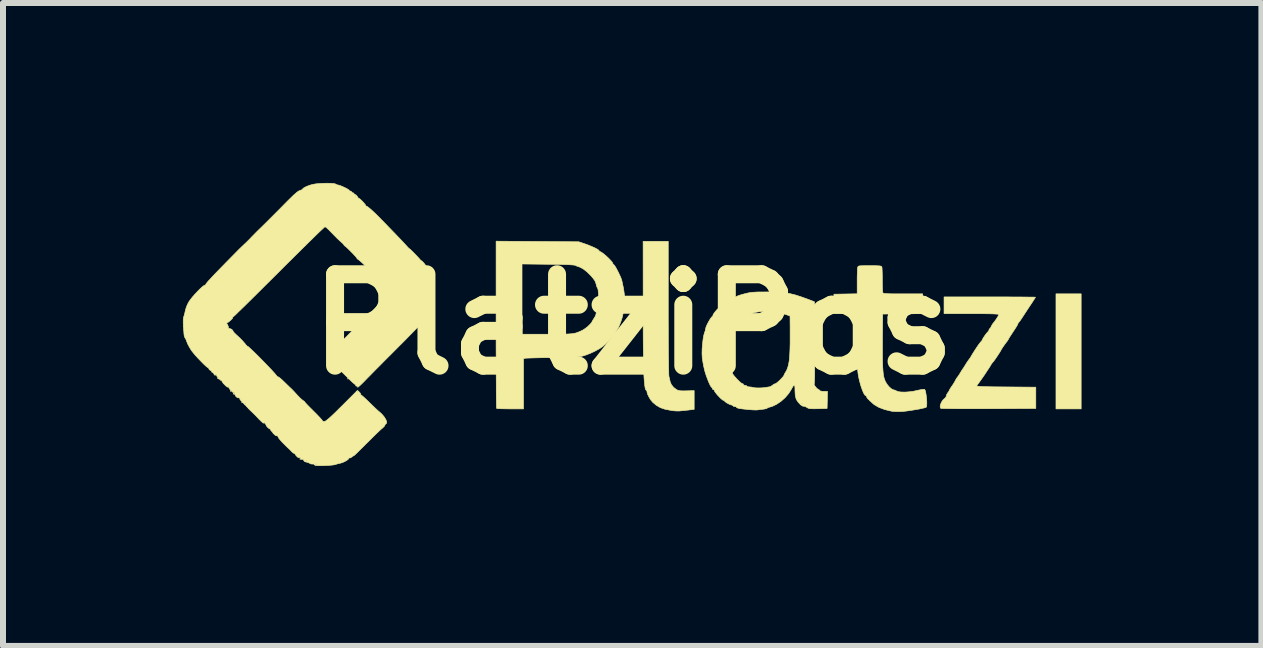
<source format=kicad_pcb>
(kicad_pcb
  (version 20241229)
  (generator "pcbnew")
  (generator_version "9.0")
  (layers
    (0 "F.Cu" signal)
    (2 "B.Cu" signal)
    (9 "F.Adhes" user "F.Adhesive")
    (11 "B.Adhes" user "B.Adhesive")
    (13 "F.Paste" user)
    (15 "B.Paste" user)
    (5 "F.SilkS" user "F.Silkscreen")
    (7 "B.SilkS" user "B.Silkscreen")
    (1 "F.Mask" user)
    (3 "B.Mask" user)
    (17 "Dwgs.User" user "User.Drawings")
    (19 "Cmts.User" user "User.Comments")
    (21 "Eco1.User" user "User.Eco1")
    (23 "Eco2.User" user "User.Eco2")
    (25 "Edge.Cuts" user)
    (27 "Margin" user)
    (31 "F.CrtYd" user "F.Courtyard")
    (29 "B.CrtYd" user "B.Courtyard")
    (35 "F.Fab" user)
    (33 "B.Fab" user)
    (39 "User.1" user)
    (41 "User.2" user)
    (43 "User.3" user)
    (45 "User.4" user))
  (footprint "PlatziPos"
    (layer "F.Cu")
    (at 7.507 2.357)
    (property "Reference" "PlatziPos" (at 0 0 0) (layer "F.SilkS") (effects (font (size 1.524 1.524) (thickness 0.3))))
    (attr through_hole)
    (fp_poly (pts (xy -6.706 1.111) (xy -6.712 1.118) (xy -6.718 1.111) (xy -6.712 1.105) (xy -6.706 1.111)) (stroke (width 0.01) (type solid)) (fill yes) (layer "F.SilkS"))
    (fp_poly (pts (xy -6.515 1.302) (xy -6.521 1.308) (xy -6.528 1.302) (xy -6.521 1.295) (xy -6.515 1.302)) (stroke (width 0.01) (type solid)) (fill yes) (layer "F.SilkS"))
    (fp_poly (pts (xy -4.75 0.908) (xy -4.756 0.914) (xy -4.763 0.908) (xy -4.756 0.902) (xy -4.75 0.908)) (stroke (width 0.01) (type solid)) (fill yes) (layer "F.SilkS"))
    (fp_poly (pts (xy 7.468 1.41) (xy 7.048 1.41) (xy 7.048 -0.508) (xy 7.468 -0.508) (xy 7.468 1.41)) (stroke (width 0.01) (type solid)) (fill yes) (layer "F.SilkS"))
    (fp_poly (pts (xy -6.655 1.149) (xy -6.643 1.161) (xy -6.642 1.163) (xy -6.652 1.168) (xy -6.655 1.168) (xy -6.667 1.159) (xy -6.668 1.155) (xy -6.66 1.147) (xy -6.655 1.149)) (stroke (width 0.01) (type solid)) (fill yes) (layer "F.SilkS"))
    (fp_poly (pts (xy 0.584 -0.275) (xy 0.584 -0.095) (xy 0.585 0.075) (xy 0.585 0.232) (xy 0.586 0.377) (xy 0.587 0.505) (xy 0.589 0.617) (xy 0.59 0.711) (xy 0.592 0.785) (xy 0.593 0.837) (xy 0.595 0.866) (xy 0.596 0.871) (xy 0.606 0.911) (xy 0.615 0.954) (xy 0.615 0.954) (xy 0.635 1.004) (xy 0.673 1.051) (xy 0.724 1.09) (xy 0.73 1.093) (xy 0.758 1.103) (xy 0.795 1.109) (xy 0.849 1.11) (xy 0.892 1.109) (xy 1.016 1.105) (xy 1.016 1.418) (xy 0.886 1.433) (xy 0.818 1.44) (xy 0.768 1.445) (xy 0.728 1.445) (xy 0.69 1.443) (xy 0.647 1.438) (xy 0.629 1.435) (xy 0.531 1.416) (xy 0.452 1.389) (xy 0.386 1.351) (xy 0.325 1.3) (xy 0.324 1.298) (xy 0.291 1.259) (xy 0.262 1.211) (xy 0.239 1.164) (xy 0.229 1.124) (xy 0.229 1.119) (xy 0.224 1.1) (xy 0.217 1.098) (xy 0.208 1.091) (xy 0.2 1.067) (xy 0.198 1.057) (xy 0.192 1.019) (xy 0.188 0.976) (xy 0.183 0.926) (xy 0.179 0.867) (xy 0.176 0.797) (xy 0.174 0.716) (xy 0.171 0.621) (xy 0.17 0.51) (xy 0.168 0.382) (xy 0.167 0.236) (xy 0.166 0.069) (xy 0.166 -0.12) (xy 0.166 -0.314) (xy 0.165 -1.384) (xy 0.584 -1.384) (xy 0.584 -0.275)) (stroke (width 0.01) (type solid)) (fill yes) (layer "F.SilkS"))
    (fp_poly (pts (xy 4.019 -0.978) (xy 4.073 -0.976) (xy 4.109 -0.974) (xy 4.131 -0.969) (xy 4.142 -0.963) (xy 4.145 -0.958) (xy 4.148 -0.939) (xy 4.15 -0.899) (xy 4.152 -0.844) (xy 4.153 -0.778) (xy 4.153 -0.743) (xy 4.153 -0.674) (xy 4.155 -0.613) (xy 4.157 -0.565) (xy 4.159 -0.535) (xy 4.161 -0.528) (xy 4.166 -0.522) (xy 4.177 -0.517) (xy 4.198 -0.514) (xy 4.23 -0.511) (xy 4.278 -0.509) (xy 4.344 -0.508) (xy 4.431 -0.508) (xy 4.497 -0.508) (xy 4.826 -0.508) (xy 4.826 -0.178) (xy 4.159 -0.171) (xy 4.155 0.273) (xy 4.155 0.416) (xy 4.155 0.537) (xy 4.157 0.637) (xy 4.16 0.72) (xy 4.165 0.787) (xy 4.171 0.842) (xy 4.18 0.887) (xy 4.192 0.924) (xy 4.205 0.956) (xy 4.207 0.959) (xy 4.233 1.001) (xy 4.266 1.041) (xy 4.301 1.073) (xy 4.331 1.09) (xy 4.341 1.092) (xy 4.369 1.1) (xy 4.389 1.111) (xy 4.42 1.123) (xy 4.47 1.129) (xy 4.533 1.13) (xy 4.604 1.125) (xy 4.677 1.115) (xy 4.731 1.103) (xy 4.782 1.092) (xy 4.824 1.085) (xy 4.851 1.083) (xy 4.856 1.084) (xy 4.867 1.099) (xy 4.876 1.134) (xy 4.884 1.181) (xy 4.89 1.235) (xy 4.894 1.288) (xy 4.894 1.335) (xy 4.891 1.369) (xy 4.885 1.382) (xy 4.864 1.39) (xy 4.824 1.4) (xy 4.769 1.412) (xy 4.705 1.423) (xy 4.637 1.434) (xy 4.57 1.444) (xy 4.51 1.451) (xy 4.464 1.454) (xy 4.407 1.455) (xy 4.351 1.453) (xy 4.308 1.449) (xy 4.305 1.448) (xy 4.192 1.421) (xy 4.096 1.385) (xy 4.022 1.342) (xy 4.004 1.328) (xy 3.95 1.279) (xy 3.914 1.244) (xy 3.895 1.221) (xy 3.892 1.207) (xy 3.892 1.207) (xy 3.89 1.195) (xy 3.882 1.194) (xy 3.864 1.182) (xy 3.842 1.148) (xy 3.82 1.096) (xy 3.796 1.028) (xy 3.774 0.948) (xy 3.774 0.946) (xy 3.763 0.902) (xy 3.755 0.86) (xy 3.748 0.818) (xy 3.743 0.771) (xy 3.739 0.716) (xy 3.737 0.651) (xy 3.735 0.571) (xy 3.734 0.475) (xy 3.734 0.357) (xy 3.734 0.291) (xy 3.734 -0.177) (xy 3.54 -0.181) (xy 3.346 -0.184) (xy 3.346 -0.502) (xy 3.734 -0.509) (xy 3.734 -0.715) (xy 3.734 -0.787) (xy 3.736 -0.851) (xy 3.738 -0.904) (xy 3.74 -0.939) (xy 3.742 -0.949) (xy 3.746 -0.96) (xy 3.753 -0.968) (xy 3.767 -0.973) (xy 3.793 -0.976) (xy 3.834 -0.977) (xy 3.893 -0.978) (xy 3.943 -0.978) (xy 4.019 -0.978)) (stroke (width 0.01) (type solid)) (fill yes) (layer "F.SilkS"))
    (fp_poly (pts (xy -1.597 -1.381) (xy -0.908 -1.376) (xy -0.813 -1.344) (xy -0.749 -1.321) (xy -0.689 -1.296) (xy -0.637 -1.273) (xy -0.598 -1.252) (xy -0.575 -1.236) (xy -0.572 -1.23) (xy -0.561 -1.217) (xy -0.541 -1.207) (xy -0.517 -1.193) (xy -0.483 -1.166) (xy -0.444 -1.133) (xy -0.406 -1.097) (xy -0.373 -1.062) (xy -0.35 -1.035) (xy -0.343 -1.02) (xy -0.333 -1) (xy -0.326 -0.996) (xy -0.312 -0.982) (xy -0.291 -0.949) (xy -0.267 -0.905) (xy -0.242 -0.855) (xy -0.218 -0.805) (xy -0.199 -0.759) (xy -0.189 -0.727) (xy -0.161 -0.594) (xy -0.145 -0.479) (xy -0.141 -0.379) (xy -0.149 -0.289) (xy -0.153 -0.267) (xy -0.162 -0.218) (xy -0.173 -0.163) (xy -0.176 -0.144) (xy -0.189 -0.096) (xy -0.209 -0.037) (xy -0.233 0.022) (xy -0.256 0.071) (xy -0.267 0.089) (xy -0.282 0.115) (xy -0.295 0.14) (xy -0.32 0.178) (xy -0.361 0.227) (xy -0.411 0.281) (xy -0.467 0.334) (xy -0.503 0.365) (xy -0.553 0.4) (xy -0.62 0.438) (xy -0.696 0.475) (xy -0.775 0.507) (xy -0.826 0.524) (xy -0.85 0.531) (xy -0.876 0.537) (xy -0.907 0.541) (xy -0.945 0.545) (xy -0.993 0.548) (xy -1.055 0.55) (xy -1.133 0.552) (xy -1.232 0.553) (xy -1.34 0.554) (xy -1.443 0.556) (xy -1.539 0.557) (xy -1.625 0.559) (xy -1.698 0.561) (xy -1.753 0.563) (xy -1.789 0.564) (xy -1.8 0.566) (xy -1.829 0.572) (xy -1.829 1.41) (xy -2.049 1.41) (xy -2.121 1.409) (xy -2.185 1.408) (xy -2.235 1.406) (xy -2.267 1.404) (xy -2.278 1.401) (xy -2.279 1.388) (xy -2.28 1.35) (xy -2.281 1.291) (xy -2.282 1.211) (xy -2.283 1.112) (xy -2.283 0.996) (xy -2.284 0.865) (xy -2.285 0.719) (xy -2.285 0.561) (xy -2.286 0.393) (xy -2.286 0.215) (xy -2.286 0.165) (xy -1.854 0.165) (xy -1.438 0.165) (xy -1.322 0.165) (xy -1.228 0.164) (xy -1.154 0.163) (xy -1.096 0.162) (xy -1.05 0.159) (xy -1.015 0.156) (xy -0.987 0.151) (xy -0.962 0.146) (xy -0.945 0.141) (xy -0.892 0.121) (xy -0.839 0.095) (xy -0.812 0.078) (xy -0.776 0.052) (xy -0.74 0.02) (xy -0.71 -0.011) (xy -0.69 -0.035) (xy -0.686 -0.045) (xy -0.679 -0.059) (xy -0.663 -0.086) (xy -0.654 -0.099) (xy -0.634 -0.132) (xy -0.623 -0.159) (xy -0.622 -0.165) (xy -0.616 -0.189) (xy -0.601 -0.22) (xy -0.6 -0.222) (xy -0.59 -0.244) (xy -0.584 -0.273) (xy -0.58 -0.315) (xy -0.578 -0.374) (xy -0.578 -0.42) (xy -0.579 -0.496) (xy -0.583 -0.552) (xy -0.588 -0.588) (xy -0.592 -0.598) (xy -0.605 -0.622) (xy -0.616 -0.657) (xy -0.616 -0.66) (xy -0.626 -0.696) (xy -0.64 -0.727) (xy -0.663 -0.76) (xy -0.699 -0.803) (xy -0.711 -0.816) (xy -0.77 -0.874) (xy -0.83 -0.921) (xy -0.884 -0.951) (xy -0.909 -0.96) (xy -0.942 -0.971) (xy -0.964 -0.983) (xy -0.982 -0.987) (xy -1.023 -0.991) (xy -1.089 -0.995) (xy -1.178 -0.997) (xy -1.293 -1) (xy -1.418 -1.001) (xy -1.854 -1.006) (xy -1.854 0.165) (xy -2.286 0.165) (xy -2.286 0.031) (xy -2.286 0.004) (xy -2.286 -1.386) (xy -1.597 -1.381)) (stroke (width 0.01) (type solid)) (fill yes) (layer "F.SilkS"))
    (fp_poly (pts (xy 6.08 -0.457) (xy 6.209 -0.457) (xy 6.327 -0.456) (xy 6.434 -0.456) (xy 6.526 -0.455) (xy 6.601 -0.454) (xy 6.658 -0.454) (xy 6.693 -0.453) (xy 6.706 -0.452) (xy 6.706 -0.452) (xy 6.699 -0.439) (xy 6.681 -0.411) (xy 6.655 -0.37) (xy 6.627 -0.328) (xy 6.587 -0.268) (xy 6.545 -0.204) (xy 6.507 -0.146) (xy 6.491 -0.121) (xy 6.463 -0.079) (xy 6.44 -0.047) (xy 6.425 -0.029) (xy 6.423 -0.028) (xy 6.414 -0.013) (xy 6.413 -0.009) (xy 6.407 0.007) (xy 6.389 0.038) (xy 6.363 0.079) (xy 6.353 0.094) (xy 6.315 0.152) (xy 6.289 0.192) (xy 6.271 0.219) (xy 6.26 0.239) (xy 6.253 0.254) (xy 6.252 0.254) (xy 6.241 0.274) (xy 6.236 0.279) (xy 6.225 0.293) (xy 6.205 0.32) (xy 6.181 0.353) (xy 6.158 0.386) (xy 6.141 0.413) (xy 6.134 0.425) (xy 6.127 0.439) (xy 6.11 0.468) (xy 6.085 0.506) (xy 6.058 0.547) (xy 6.031 0.586) (xy 6.009 0.616) (xy 5.998 0.629) (xy 5.976 0.655) (xy 5.965 0.673) (xy 5.952 0.696) (xy 5.927 0.735) (xy 5.895 0.783) (xy 5.86 0.837) (xy 5.823 0.89) (xy 5.791 0.936) (xy 5.765 0.972) (xy 5.757 0.982) (xy 5.737 1.009) (xy 5.728 1.028) (xy 5.728 1.03) (xy 5.74 1.032) (xy 5.775 1.035) (xy 5.832 1.038) (xy 5.907 1.04) (xy 5.998 1.042) (xy 6.104 1.043) (xy 6.22 1.044) (xy 6.712 1.048) (xy 6.712 1.403) (xy 5.924 1.407) (xy 5.784 1.407) (xy 5.653 1.407) (xy 5.531 1.407) (xy 5.421 1.407) (xy 5.325 1.406) (xy 5.246 1.405) (xy 5.185 1.404) (xy 5.144 1.403) (xy 5.127 1.402) (xy 5.127 1.401) (xy 5.117 1.376) (xy 5.122 1.339) (xy 5.139 1.299) (xy 5.163 1.262) (xy 5.188 1.239) (xy 5.211 1.217) (xy 5.22 1.195) (xy 5.227 1.169) (xy 5.245 1.14) (xy 5.263 1.115) (xy 5.27 1.099) (xy 5.271 1.099) (xy 5.277 1.084) (xy 5.294 1.058) (xy 5.299 1.05) (xy 5.335 0.998) (xy 5.361 0.955) (xy 5.375 0.927) (xy 5.393 0.897) (xy 5.407 0.879) (xy 5.422 0.858) (xy 5.444 0.825) (xy 5.457 0.802) (xy 5.478 0.768) (xy 5.494 0.744) (xy 5.499 0.737) (xy 5.509 0.723) (xy 5.527 0.694) (xy 5.541 0.671) (xy 5.564 0.634) (xy 5.584 0.605) (xy 5.592 0.594) (xy 5.608 0.574) (xy 5.63 0.54) (xy 5.641 0.52) (xy 5.666 0.479) (xy 5.696 0.431) (xy 5.728 0.383) (xy 5.758 0.339) (xy 5.784 0.305) (xy 5.801 0.285) (xy 5.805 0.282) (xy 5.816 0.267) (xy 5.817 0.265) (xy 5.824 0.247) (xy 5.842 0.217) (xy 5.866 0.182) (xy 5.89 0.15) (xy 5.91 0.127) (xy 5.915 0.123) (xy 5.93 0.103) (xy 5.931 0.095) (xy 5.936 0.078) (xy 5.94 0.076) (xy 5.952 0.066) (xy 5.966 0.041) (xy 5.967 0.038) (xy 5.984 0.006) (xy 5.999 -0.016) (xy 6.019 -0.04) (xy 6.043 -0.073) (xy 6.067 -0.109) (xy 6.086 -0.141) (xy 6.096 -0.162) (xy 6.096 -0.164) (xy 6.086 -0.168) (xy 6.054 -0.171) (xy 6.001 -0.174) (xy 5.924 -0.176) (xy 5.825 -0.177) (xy 5.701 -0.178) (xy 5.639 -0.178) (xy 5.182 -0.178) (xy 5.182 -0.457) (xy 5.944 -0.457) (xy 6.08 -0.457)) (stroke (width 0.01) (type solid)) (fill yes) (layer "F.SilkS"))
    (fp_poly (pts (xy 2.35 -0.538) (xy 2.449 -0.534) (xy 2.537 -0.525) (xy 2.62 -0.51) (xy 2.705 -0.489) (xy 2.798 -0.459) (xy 2.904 -0.421) (xy 2.962 -0.399) (xy 3.022 -0.376) (xy 3.026 0.304) (xy 3.026 0.444) (xy 3.026 0.573) (xy 3.026 0.687) (xy 3.025 0.787) (xy 3.024 0.869) (xy 3.022 0.932) (xy 3.02 0.973) (xy 3.018 0.992) (xy 3.017 0.993) (xy 3.017 1.006) (xy 3.03 1.03) (xy 3.051 1.056) (xy 3.074 1.078) (xy 3.089 1.086) (xy 3.108 1.098) (xy 3.111 1.106) (xy 3.123 1.112) (xy 3.152 1.117) (xy 3.175 1.118) (xy 3.239 1.118) (xy 3.236 1.26) (xy 3.232 1.403) (xy 3.08 1.407) (xy 3.014 1.408) (xy 2.968 1.407) (xy 2.937 1.404) (xy 2.916 1.398) (xy 2.898 1.388) (xy 2.894 1.385) (xy 2.865 1.369) (xy 2.842 1.366) (xy 2.84 1.366) (xy 2.82 1.362) (xy 2.791 1.342) (xy 2.777 1.327) (xy 2.807 1.327) (xy 2.813 1.333) (xy 2.819 1.327) (xy 2.813 1.321) (xy 2.807 1.327) (xy 2.777 1.327) (xy 2.76 1.31) (xy 2.732 1.273) (xy 2.716 1.244) (xy 2.702 1.19) (xy 2.697 1.113) (xy 2.697 1.102) (xy 2.696 1.048) (xy 2.691 1.019) (xy 2.68 1.015) (xy 2.663 1.035) (xy 2.638 1.079) (xy 2.634 1.087) (xy 2.59 1.156) (xy 2.531 1.224) (xy 2.462 1.285) (xy 2.389 1.334) (xy 2.318 1.368) (xy 2.28 1.379) (xy 2.251 1.387) (xy 2.236 1.395) (xy 2.235 1.397) (xy 2.224 1.404) (xy 2.194 1.411) (xy 2.162 1.416) (xy 2.117 1.421) (xy 2.08 1.426) (xy 2.064 1.428) (xy 2.04 1.428) (xy 1.998 1.427) (xy 1.947 1.423) (xy 1.93 1.422) (xy 1.843 1.413) (xy 1.779 1.405) (xy 1.738 1.395) (xy 1.722 1.386) (xy 1.722 1.383) (xy 1.716 1.375) (xy 1.696 1.372) (xy 1.672 1.367) (xy 1.664 1.359) (xy 1.653 1.348) (xy 1.643 1.346) (xy 1.62 1.34) (xy 1.589 1.326) (xy 1.557 1.308) (xy 1.532 1.291) (xy 1.524 1.28) (xy 1.514 1.271) (xy 1.506 1.27) (xy 1.49 1.261) (xy 1.463 1.239) (xy 1.432 1.208) (xy 1.4 1.174) (xy 1.374 1.141) (xy 1.356 1.116) (xy 1.353 1.104) (xy 1.35 1.094) (xy 1.341 1.092) (xy 1.323 1.082) (xy 1.321 1.073) (xy 1.315 1.056) (xy 1.311 1.054) (xy 1.299 1.043) (xy 1.281 1.012) (xy 1.26 0.967) (xy 1.238 0.912) (xy 1.216 0.852) (xy 1.197 0.792) (xy 1.189 0.762) (xy 1.174 0.696) (xy 1.161 0.625) (xy 1.151 0.561) (xy 1.15 0.545) (xy 1.147 0.484) (xy 1.149 0.412) (xy 1.149 0.411) (xy 1.552 0.411) (xy 1.554 0.462) (xy 1.561 0.524) (xy 1.573 0.591) (xy 1.59 0.657) (xy 1.609 0.715) (xy 1.628 0.756) (xy 1.644 0.786) (xy 1.651 0.809) (xy 1.651 0.81) (xy 1.66 0.83) (xy 1.686 0.864) (xy 1.726 0.909) (xy 1.777 0.96) (xy 1.803 0.981) (xy 1.824 0.991) (xy 1.825 0.991) (xy 1.837 0.997) (xy 1.835 1.003) (xy 1.84 1.013) (xy 1.86 1.016) (xy 1.884 1.02) (xy 1.892 1.029) (xy 1.903 1.038) (xy 1.931 1.043) (xy 1.934 1.043) (xy 1.974 1.047) (xy 2.007 1.055) (xy 2.036 1.059) (xy 2.081 1.061) (xy 2.134 1.06) (xy 2.185 1.056) (xy 2.226 1.05) (xy 2.229 1.049) (xy 2.26 1.044) (xy 2.274 1.042) (xy 2.297 1.033) (xy 2.321 1.016) (xy 2.348 0.997) (xy 2.368 0.991) (xy 2.385 0.982) (xy 2.413 0.96) (xy 2.446 0.93) (xy 2.477 0.897) (xy 2.502 0.869) (xy 2.514 0.849) (xy 2.515 0.847) (xy 2.521 0.829) (xy 2.537 0.803) (xy 2.537 0.802) (xy 2.559 0.765) (xy 2.576 0.721) (xy 2.59 0.669) (xy 2.601 0.606) (xy 2.608 0.528) (xy 2.613 0.433) (xy 2.616 0.318) (xy 2.616 0.195) (xy 2.616 0.105) (xy 2.616 0.025) (xy 2.615 -0.043) (xy 2.615 -0.095) (xy 2.614 -0.128) (xy 2.613 -0.14) (xy 2.6 -0.144) (xy 2.571 -0.154) (xy 2.54 -0.165) (xy 2.484 -0.181) (xy 2.41 -0.195) (xy 2.327 -0.205) (xy 2.242 -0.212) (xy 2.164 -0.214) (xy 2.119 -0.212) (xy 2.064 -0.204) (xy 1.999 -0.19) (xy 1.938 -0.172) (xy 1.935 -0.171) (xy 1.885 -0.153) (xy 1.848 -0.135) (xy 1.815 -0.112) (xy 1.779 -0.078) (xy 1.751 -0.049) (xy 1.711 -0.005) (xy 1.675 0.039) (xy 1.65 0.075) (xy 1.643 0.086) (xy 1.626 0.117) (xy 1.613 0.137) (xy 1.611 0.14) (xy 1.605 0.154) (xy 1.598 0.188) (xy 1.59 0.233) (xy 1.588 0.246) (xy 1.579 0.298) (xy 1.569 0.344) (xy 1.56 0.374) (xy 1.559 0.377) (xy 1.552 0.411) (xy 1.149 0.411) (xy 1.155 0.335) (xy 1.163 0.261) (xy 1.173 0.197) (xy 1.185 0.15) (xy 1.188 0.142) (xy 1.201 0.105) (xy 1.207 0.074) (xy 1.207 0.071) (xy 1.213 0.048) (xy 1.228 0.012) (xy 1.249 -0.029) (xy 1.272 -0.07) (xy 1.294 -0.104) (xy 1.312 -0.126) (xy 1.32 -0.13) (xy 1.328 -0.136) (xy 1.327 -0.143) (xy 1.331 -0.159) (xy 1.348 -0.186) (xy 1.372 -0.217) (xy 1.397 -0.246) (xy 1.42 -0.267) (xy 1.434 -0.274) (xy 1.435 -0.273) (xy 1.447 -0.279) (xy 1.459 -0.296) (xy 1.478 -0.316) (xy 1.511 -0.343) (xy 1.55 -0.368) (xy 1.587 -0.392) (xy 1.615 -0.411) (xy 1.625 -0.421) (xy 1.625 -0.421) (xy 1.636 -0.43) (xy 1.663 -0.438) (xy 1.664 -0.438) (xy 1.696 -0.449) (xy 1.718 -0.462) (xy 1.736 -0.471) (xy 1.773 -0.485) (xy 1.823 -0.5) (xy 1.854 -0.508) (xy 1.898 -0.519) (xy 1.937 -0.527) (xy 1.977 -0.533) (xy 2.023 -0.536) (xy 2.08 -0.539) (xy 2.152 -0.539) (xy 2.235 -0.54) (xy 2.35 -0.538)) (stroke (width 0.01) (type solid)) (fill yes) (layer "F.SilkS"))
    (fp_poly (pts (xy -5.053 -2.351) (xy -5.005 -2.348) (xy -4.972 -2.343) (xy -4.962 -2.338) (xy -4.937 -2.326) (xy -4.927 -2.324) (xy -4.904 -2.319) (xy -4.868 -2.306) (xy -4.827 -2.288) (xy -4.787 -2.269) (xy -4.755 -2.251) (xy -4.738 -2.238) (xy -4.737 -2.235) (xy -4.727 -2.224) (xy -4.718 -2.223) (xy -4.696 -2.212) (xy -4.691 -2.204) (xy -4.679 -2.191) (xy -4.672 -2.192) (xy -4.662 -2.19) (xy -4.661 -2.186) (xy -4.65 -2.172) (xy -4.638 -2.166) (xy -4.614 -2.15) (xy -4.597 -2.127) (xy -4.584 -2.106) (xy -4.576 -2.1) (xy -4.564 -2.096) (xy -4.542 -2.077) (xy -4.515 -2.051) (xy -4.488 -2.022) (xy -4.471 -2.001) (xy -4.477 -2.007) (xy -4.483 -2) (xy -4.477 -1.994) (xy -4.471 -2) (xy -4.467 -1.996) (xy -4.458 -1.98) (xy -4.458 -1.979) (xy -4.454 -1.97) (xy -4.451 -1.971) (xy -4.438 -1.967) (xy -4.412 -1.947) (xy -4.374 -1.916) (xy -4.33 -1.876) (xy -4.283 -1.831) (xy -4.274 -1.822) (xy -4.202 -1.749) (xy -4.128 -1.674) (xy -4.055 -1.598) (xy -3.985 -1.526) (xy -3.921 -1.459) (xy -3.866 -1.402) (xy -3.823 -1.356) (xy -3.794 -1.325) (xy -3.793 -1.324) (xy -3.764 -1.291) (xy -3.743 -1.269) (xy -3.734 -1.261) (xy -3.734 -1.262) (xy -3.726 -1.257) (xy -3.705 -1.238) (xy -3.675 -1.209) (xy -3.642 -1.175) (xy -3.608 -1.14) (xy -3.579 -1.109) (xy -3.572 -1.101) (xy -3.549 -1.074) (xy -3.534 -1.06) (xy -3.531 -1.06) (xy -3.524 -1.057) (xy -3.508 -1.041) (xy -3.487 -1.018) (xy -3.468 -0.993) (xy -3.456 -0.975) (xy -3.454 -0.97) (xy -3.446 -0.954) (xy -3.425 -0.931) (xy -3.422 -0.929) (xy -3.401 -0.903) (xy -3.391 -0.879) (xy -3.391 -0.878) (xy -3.384 -0.851) (xy -3.373 -0.831) (xy -3.356 -0.794) (xy -3.342 -0.738) (xy -3.33 -0.669) (xy -3.323 -0.594) (xy -3.32 -0.519) (xy -3.322 -0.451) (xy -3.329 -0.401) (xy -3.338 -0.359) (xy -3.345 -0.327) (xy -3.348 -0.314) (xy -3.352 -0.302) (xy -3.357 -0.288) (xy -3.359 -0.278) (xy -3.368 -0.256) (xy -3.386 -0.222) (xy -3.396 -0.205) (xy -3.415 -0.172) (xy -3.427 -0.147) (xy -3.429 -0.14) (xy -3.439 -0.128) (xy -3.442 -0.127) (xy -3.45 -0.119) (xy -3.448 -0.114) (xy -3.455 -0.102) (xy -3.478 -0.075) (xy -3.516 -0.033) (xy -3.567 0.021) (xy -3.63 0.086) (xy -3.702 0.16) (xy -3.782 0.242) (xy -3.868 0.329) (xy -3.882 0.342) (xy -3.973 0.434) (xy -4.063 0.524) (xy -4.148 0.609) (xy -4.226 0.688) (xy -4.296 0.758) (xy -4.354 0.817) (xy -4.398 0.862) (xy -4.426 0.89) (xy -4.478 0.944) (xy -4.523 0.989) (xy -4.559 1.023) (xy -4.584 1.044) (xy -4.595 1.05) (xy -4.592 1.044) (xy -4.591 1.031) (xy -4.606 1.031) (xy -4.624 1.028) (xy -4.626 1.019) (xy -4.631 1.005) (xy -4.636 1.003) (xy -4.648 0.995) (xy -4.676 0.971) (xy -4.714 0.935) (xy -4.76 0.89) (xy -4.793 0.857) (xy -4.843 0.808) (xy -4.888 0.766) (xy -4.923 0.734) (xy -4.947 0.715) (xy -4.954 0.711) (xy -4.964 0.707) (xy -4.962 0.704) (xy -4.967 0.692) (xy -4.987 0.668) (xy -5.018 0.636) (xy -5.029 0.626) (xy -5.072 0.581) (xy -5.094 0.55) (xy -5.096 0.535) (xy -5.085 0.52) (xy -5.059 0.491) (xy -5.02 0.449) (xy -4.971 0.398) (xy -4.915 0.34) (xy -4.884 0.31) (xy -4.824 0.249) (xy -4.768 0.193) (xy -4.72 0.144) (xy -4.682 0.106) (xy -4.658 0.081) (xy -4.652 0.075) (xy -4.623 0.044) (xy -4.59 0.012) (xy -4.559 -0.018) (xy -4.532 -0.04) (xy -4.516 -0.052) (xy -4.513 -0.051) (xy -4.515 -0.045) (xy -4.506 -0.057) (xy -4.493 -0.073) (xy -4.464 -0.104) (xy -4.423 -0.147) (xy -4.371 -0.2) (xy -4.312 -0.26) (xy -4.263 -0.309) (xy -4.187 -0.387) (xy -4.128 -0.449) (xy -4.086 -0.495) (xy -4.06 -0.527) (xy -4.05 -0.546) (xy -4.05 -0.551) (xy -4.072 -0.575) (xy -4.106 -0.611) (xy -4.149 -0.654) (xy -4.197 -0.702) (xy -4.247 -0.752) (xy -4.296 -0.799) (xy -4.34 -0.842) (xy -4.376 -0.875) (xy -4.4 -0.897) (xy -4.41 -0.905) (xy -4.417 -0.91) (xy -4.417 -0.911) (xy -4.423 -0.925) (xy -4.444 -0.95) (xy -4.474 -0.982) (xy -4.509 -1.016) (xy -4.543 -1.047) (xy -4.571 -1.07) (xy -4.575 -1.073) (xy -4.599 -1.091) (xy -4.605 -1.099) (xy -4.597 -1.099) (xy -4.591 -1.092) (xy -4.585 -1.099) (xy -4.591 -1.105) (xy -4.597 -1.099) (xy -4.605 -1.099) (xy -4.61 -1.106) (xy -4.61 -1.106) (xy -4.618 -1.119) (xy -4.641 -1.144) (xy -4.672 -1.178) (xy -4.709 -1.215) (xy -4.745 -1.251) (xy -4.778 -1.282) (xy -4.802 -1.303) (xy -4.813 -1.31) (xy -4.82 -1.317) (xy -4.82 -1.319) (xy -4.829 -1.333) (xy -4.851 -1.356) (xy -4.864 -1.367) (xy -4.896 -1.396) (xy -4.937 -1.434) (xy -4.969 -1.467) (xy -5.026 -1.525) (xy -5.067 -1.567) (xy -5.096 -1.595) (xy -5.116 -1.613) (xy -5.129 -1.622) (xy -5.138 -1.625) (xy -5.14 -1.626) (xy -5.151 -1.617) (xy -5.179 -1.591) (xy -5.222 -1.551) (xy -5.279 -1.496) (xy -5.348 -1.428) (xy -5.429 -1.349) (xy -5.519 -1.26) (xy -5.618 -1.162) (xy -5.724 -1.057) (xy -5.836 -0.946) (xy -5.905 -0.876) (xy -6.02 -0.762) (xy -6.13 -0.653) (xy -6.233 -0.55) (xy -6.328 -0.456) (xy -6.414 -0.371) (xy -6.49 -0.296) (xy -6.554 -0.234) (xy -6.579 -0.21) (xy -6.585 -0.216) (xy -6.591 -0.21) (xy -6.585 -0.204) (xy -6.605 -0.184) (xy -6.642 -0.149) (xy -6.663 -0.13) (xy -6.667 -0.127) (xy -6.684 -0.118) (xy -6.688 -0.112) (xy -6.689 -0.104) (xy -6.679 -0.108) (xy -6.677 -0.106) (xy -6.691 -0.09) (xy -6.712 -0.068) (xy -6.742 -0.042) (xy -6.766 -0.027) (xy -6.775 -0.025) (xy -6.778 -0.02) (xy -6.768 -0.000207) (xy -6.765 0.005) (xy -6.751 0.034) (xy -6.749 0.058) (xy -6.749 0.059) (xy -6.749 0.071) (xy -6.743 0.069) (xy -6.726 0.07) (xy -6.702 0.08) (xy -6.681 0.096) (xy -6.672 0.11) (xy -6.673 0.112) (xy -6.666 0.124) (xy -6.645 0.148) (xy -6.612 0.179) (xy -6.599 0.191) (xy -6.555 0.232) (xy -6.513 0.275) (xy -6.481 0.312) (xy -6.478 0.315) (xy -6.454 0.345) (xy -6.437 0.362) (xy -6.431 0.365) (xy -6.42 0.371) (xy -6.395 0.393) (xy -6.358 0.428) (xy -6.311 0.473) (xy -6.258 0.525) (xy -6.202 0.582) (xy -6.145 0.64) (xy -6.09 0.697) (xy -6.039 0.75) (xy -5.996 0.797) (xy -5.964 0.833) (xy -5.944 0.858) (xy -5.939 0.867) (xy -5.94 0.874) (xy -5.933 0.871) (xy -5.918 0.876) (xy -5.889 0.896) (xy -5.849 0.931) (xy -5.824 0.955) (xy -5.78 0.998) (xy -5.739 1.038) (xy -5.706 1.069) (xy -5.693 1.081) (xy -5.666 1.109) (xy -5.631 1.147) (xy -5.601 1.18) (xy -5.566 1.217) (xy -5.532 1.249) (xy -5.509 1.267) (xy -5.485 1.284) (xy -5.474 1.297) (xy -5.474 1.297) (xy -5.465 1.309) (xy -5.441 1.335) (xy -5.405 1.372) (xy -5.36 1.417) (xy -5.328 1.449) (xy -5.278 1.499) (xy -5.236 1.543) (xy -5.204 1.578) (xy -5.185 1.601) (xy -5.182 1.608) (xy -5.171 1.619) (xy -5.146 1.619) (xy -5.13 1.613) (xy -5.105 1.595) (xy -5.069 1.565) (xy -5.021 1.521) (xy -4.959 1.462) (xy -4.883 1.386) (xy -4.854 1.358) (xy -4.618 1.122) (xy -4.606 1.122) (xy -4.604 1.129) (xy -4.597 1.13) (xy -4.587 1.126) (xy -4.589 1.122) (xy -4.604 1.12) (xy -4.606 1.122) (xy -4.618 1.122) (xy -4.597 1.101) (xy -4.566 1.13) (xy -4.547 1.153) (xy -4.541 1.169) (xy -4.542 1.171) (xy -4.541 1.179) (xy -4.538 1.178) (xy -4.526 1.186) (xy -4.499 1.208) (xy -4.462 1.242) (xy -4.417 1.285) (xy -4.4 1.302) (xy -4.35 1.351) (xy -4.303 1.396) (xy -4.263 1.433) (xy -4.236 1.457) (xy -4.231 1.46) (xy -4.187 1.501) (xy -4.151 1.544) (xy -4.125 1.586) (xy -4.111 1.622) (xy -4.112 1.649) (xy -4.126 1.661) (xy -4.139 1.676) (xy -4.14 1.682) (xy -4.15 1.7) (xy -4.173 1.723) (xy -4.183 1.732) (xy -4.205 1.75) (xy -4.24 1.783) (xy -4.288 1.829) (xy -4.344 1.884) (xy -4.405 1.945) (xy -4.444 1.983) (xy -4.504 2.043) (xy -4.558 2.096) (xy -4.602 2.14) (xy -4.636 2.172) (xy -4.656 2.19) (xy -4.661 2.193) (xy -4.669 2.194) (xy -4.688 2.208) (xy -4.689 2.21) (xy -4.714 2.226) (xy -4.734 2.229) (xy -4.745 2.23) (xy -4.744 2.235) (xy -4.749 2.248) (xy -4.772 2.266) (xy -4.806 2.286) (xy -4.846 2.304) (xy -4.885 2.316) (xy -4.896 2.318) (xy -4.934 2.327) (xy -4.964 2.337) (xy -4.968 2.338) (xy -4.99 2.343) (xy -5.03 2.348) (xy -5.082 2.352) (xy -5.141 2.355) (xy -5.198 2.357) (xy -5.248 2.357) (xy -5.284 2.355) (xy -5.293 2.354) (xy -5.315 2.344) (xy -5.321 2.335) (xy -5.327 2.33) (xy -5.296 2.33) (xy -5.29 2.337) (xy -5.283 2.33) (xy -5.29 2.324) (xy -5.296 2.33) (xy -5.327 2.33) (xy -5.331 2.328) (xy -5.344 2.33) (xy -5.372 2.328) (xy -5.392 2.318) (xy -5.423 2.303) (xy -5.444 2.299) (xy -5.474 2.289) (xy -5.485 2.28) (xy -5.461 2.28) (xy -5.455 2.286) (xy -5.448 2.28) (xy -5.455 2.273) (xy -5.461 2.28) (xy -5.485 2.28) (xy -5.488 2.277) (xy -5.499 2.262) (xy -5.492 2.263) (xy -5.486 2.267) (xy -5.475 2.271) (xy -5.478 2.266) (xy -5.499 2.254) (xy -5.503 2.253) (xy -5.528 2.251) (xy -5.544 2.25) (xy -5.56 2.246) (xy -5.554 2.238) (xy -5.55 2.235) (xy -5.539 2.227) (xy -5.542 2.223) (xy -5.565 2.223) (xy -5.582 2.223) (xy -5.596 2.214) (xy -5.616 2.194) (xy -5.634 2.172) (xy -5.642 2.156) (xy -5.642 2.155) (xy -5.646 2.15) (xy -5.649 2.151) (xy -5.665 2.148) (xy -5.686 2.13) (xy -5.709 2.106) (xy -5.742 2.073) (xy -5.767 2.05) (xy -5.814 2.004) (xy -5.856 1.961) (xy -5.89 1.923) (xy -5.912 1.895) (xy -5.918 1.882) (xy -5.927 1.865) (xy -5.94 1.853) (xy -5.955 1.842) (xy -5.953 1.848) (xy -5.95 1.854) (xy -5.951 1.859) (xy -5.967 1.85) (xy -5.977 1.841) (xy -6.001 1.82) (xy -6.012 1.804) (xy -6.012 1.802) (xy -6.017 1.791) (xy -6.026 1.786) (xy -6.041 1.772) (xy -6.042 1.763) (xy -6.048 1.748) (xy -6.054 1.747) (xy -6.073 1.737) (xy -6.097 1.716) (xy -6.116 1.693) (xy -6.121 1.679) (xy -6.13 1.663) (xy -6.149 1.643) (xy -6.166 1.631) (xy -6.167 1.636) (xy -6.166 1.638) (xy -6.162 1.649) (xy -6.175 1.642) (xy -6.2 1.619) (xy -6.237 1.583) (xy -6.267 1.551) (xy -6.303 1.513) (xy -6.338 1.479) (xy -6.362 1.456) (xy -6.391 1.429) (xy -6.413 1.406) (xy -6.415 1.403) (xy -6.413 1.403) (xy -6.407 1.41) (xy -6.401 1.403) (xy -6.407 1.397) (xy -6.413 1.403) (xy -6.415 1.403) (xy -6.43 1.387) (xy -6.46 1.355) (xy -6.488 1.327) (xy -6.477 1.327) (xy -6.471 1.333) (xy -6.464 1.327) (xy -6.471 1.321) (xy -6.477 1.327) (xy -6.488 1.327) (xy -6.497 1.317) (xy -6.509 1.305) (xy -6.539 1.273) (xy -6.556 1.253) (xy -6.559 1.248) (xy -6.553 1.251) (xy -6.521 1.276) (xy -6.545 1.248) (xy -6.565 1.23) (xy -6.578 1.225) (xy -6.596 1.224) (xy -6.618 1.209) (xy -6.634 1.189) (xy -6.637 1.174) (xy -6.64 1.153) (xy -6.649 1.142) (xy -6.664 1.134) (xy -6.668 1.136) (xy -6.675 1.134) (xy -6.694 1.117) (xy -6.706 1.105) (xy -6.729 1.078) (xy -6.742 1.058) (xy -6.744 1.054) (xy -6.753 1.038) (xy -6.758 1.034) (xy -6.767 1.032) (xy -6.763 1.043) (xy -6.762 1.049) (xy -6.774 1.041) (xy -6.795 1.024) (xy -6.818 1.001) (xy -6.839 0.978) (xy -6.855 0.953) (xy -6.861 0.936) (xy -6.861 0.936) (xy -6.865 0.931) (xy -6.87 0.933) (xy -6.882 0.933) (xy -6.883 0.928) (xy -6.894 0.916) (xy -6.902 0.914) (xy -6.924 0.905) (xy -6.929 0.9) (xy -6.93 0.891) (xy -6.92 0.894) (xy -6.914 0.895) (xy -6.925 0.885) (xy -6.942 0.865) (xy -6.947 0.853) (xy -6.956 0.835) (xy -6.962 0.831) (xy -6.97 0.829) (xy -6.967 0.836) (xy -6.966 0.849) (xy -6.971 0.851) (xy -6.984 0.84) (xy -6.991 0.826) (xy -7.004 0.807) (xy -7.014 0.804) (xy -7.026 0.797) (xy -7.027 0.791) (xy -7.034 0.776) (xy -7.049 0.768) (xy -7.069 0.754) (xy -7.074 0.742) (xy -7.081 0.726) (xy -7.087 0.724) (xy -7.103 0.715) (xy -7.132 0.69) (xy -7.17 0.654) (xy -7.213 0.61) (xy -7.258 0.563) (xy -7.302 0.515) (xy -7.339 0.47) (xy -7.367 0.434) (xy -7.37 0.429) (xy -7.4 0.38) (xy -7.426 0.331) (xy -7.442 0.292) (xy -7.455 0.256) (xy -7.468 0.232) (xy -7.472 0.226) (xy -7.481 0.209) (xy -7.488 0.178) (xy -7.489 0.169) (xy -7.495 0.095) (xy -6.706 0.095) (xy -6.699 0.102) (xy -6.693 0.095) (xy -6.699 0.089) (xy -6.706 0.095) (xy -7.495 0.095) (xy -7.498 0.063) (xy -7.499 0.038) (xy -6.769 0.038) (xy -6.764 0.049) (xy -6.761 0.047) (xy -6.759 0.031) (xy -6.761 0.03) (xy -6.768 0.031) (xy -6.769 0.038) (xy -7.499 0.038) (xy -7.502 -0.019) (xy -7.502 -0.077) (xy -7.498 -0.112) (xy -7.496 -0.119) (xy -7.487 -0.146) (xy -7.476 -0.188) (xy -7.469 -0.221) (xy -7.454 -0.276) (xy -7.44 -0.311) (xy -6.49 -0.311) (xy -6.483 -0.305) (xy -6.477 -0.311) (xy -6.483 -0.318) (xy -6.49 -0.311) (xy -7.44 -0.311) (xy -7.43 -0.334) (xy -7.414 -0.366) (xy -7.408 -0.375) (xy -6.452 -0.375) (xy -6.445 -0.368) (xy -6.439 -0.375) (xy -6.445 -0.381) (xy -6.452 -0.375) (xy -7.408 -0.375) (xy -7.387 -0.405) (xy -7.381 -0.413) (xy -6.388 -0.413) (xy -6.382 -0.406) (xy -6.375 -0.413) (xy -6.382 -0.419) (xy -6.388 -0.413) (xy -7.381 -0.413) (xy -7.352 -0.451) (xy -7.31 -0.499) (xy -7.266 -0.546) (xy -7.224 -0.589) (xy -7.186 -0.624) (xy -7.156 -0.647) (xy -7.139 -0.654) (xy -7.137 -0.654) (xy -7.127 -0.651) (xy -7.13 -0.659) (xy -7.128 -0.666) (xy -7.116 -0.683) (xy -7.094 -0.71) (xy -7.087 -0.718) (xy -6.083 -0.718) (xy -6.077 -0.711) (xy -6.071 -0.718) (xy -6.077 -0.724) (xy -6.083 -0.718) (xy -7.087 -0.718) (xy -7.06 -0.747) (xy -7.014 -0.797) (xy -6.993 -0.819) (xy -5.982 -0.819) (xy -5.975 -0.813) (xy -5.969 -0.819) (xy -5.975 -0.826) (xy -5.982 -0.819) (xy -6.993 -0.819) (xy -6.955 -0.859) (xy -6.881 -0.935) (xy -6.792 -1.026) (xy -6.687 -1.133) (xy -6.572 -1.25) (xy -6.549 -1.272) (xy -6.516 -1.304) (xy -6.491 -1.327) (xy -5.474 -1.327) (xy -5.467 -1.321) (xy -5.461 -1.327) (xy -5.467 -1.333) (xy -5.474 -1.327) (xy -6.491 -1.327) (xy -6.478 -1.34) (xy -6.476 -1.341) (xy -6.434 -1.382) (xy -6.392 -1.424) (xy -6.362 -1.456) (xy -6.336 -1.482) (xy -6.297 -1.522) (xy -6.249 -1.57) (xy -6.196 -1.621) (xy -6.177 -1.64) (xy -6.124 -1.692) (xy -6.059 -1.757) (xy -5.987 -1.829) (xy -5.913 -1.903) (xy -5.844 -1.973) (xy -5.842 -1.975) (xy -5.762 -2.056) (xy -5.698 -2.119) (xy -5.676 -2.14) (xy -4.636 -2.14) (xy -4.629 -2.134) (xy -4.623 -2.14) (xy -4.629 -2.146) (xy -4.636 -2.14) (xy -5.676 -2.14) (xy -5.647 -2.167) (xy -5.608 -2.201) (xy -5.578 -2.222) (xy -5.555 -2.233) (xy -5.544 -2.235) (xy -5.522 -2.245) (xy -5.516 -2.253) (xy -5.492 -2.275) (xy -5.448 -2.298) (xy -5.39 -2.32) (xy -5.341 -2.333) (xy -5.296 -2.341) (xy -5.24 -2.347) (xy -5.177 -2.35) (xy -5.113 -2.352) (xy -5.053 -2.351)) (stroke (width 0.01) (type solid)) (fill yes) (layer "F.SilkS")))
  (gr_rect
    (start -3 -3)
    (end 17.98 7.719)
    (stroke (width 0.1) (type default))
    (fill no)
    (layer "Edge.Cuts")))
</source>
